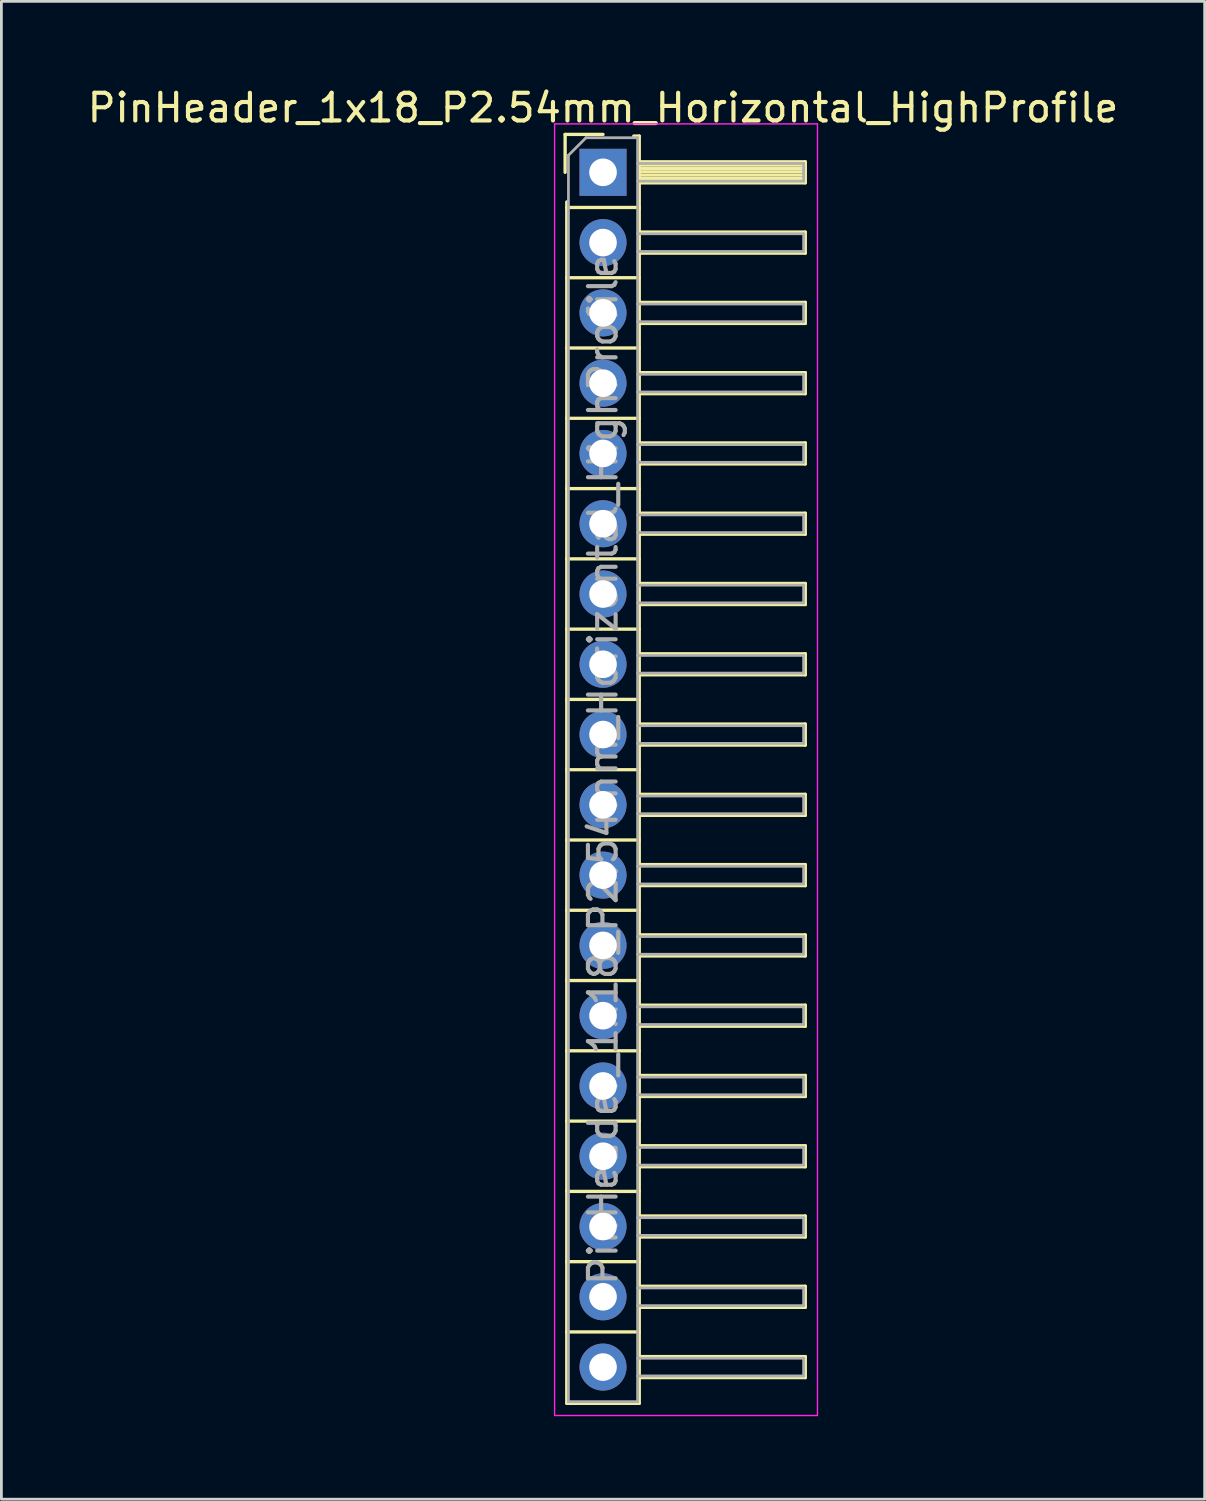
<source format=kicad_pcb>
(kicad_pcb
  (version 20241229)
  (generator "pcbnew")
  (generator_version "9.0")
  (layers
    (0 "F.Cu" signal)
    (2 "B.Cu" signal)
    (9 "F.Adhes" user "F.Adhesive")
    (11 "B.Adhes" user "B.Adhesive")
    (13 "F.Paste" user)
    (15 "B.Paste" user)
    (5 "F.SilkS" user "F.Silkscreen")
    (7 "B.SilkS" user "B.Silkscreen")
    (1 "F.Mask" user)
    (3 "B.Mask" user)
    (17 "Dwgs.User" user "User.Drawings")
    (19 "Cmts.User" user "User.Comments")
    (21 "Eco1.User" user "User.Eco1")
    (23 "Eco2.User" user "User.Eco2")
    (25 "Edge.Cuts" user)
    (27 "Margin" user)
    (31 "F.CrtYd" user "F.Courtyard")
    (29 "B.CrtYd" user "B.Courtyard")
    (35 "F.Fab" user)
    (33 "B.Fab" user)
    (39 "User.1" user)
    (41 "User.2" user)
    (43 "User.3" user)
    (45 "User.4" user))
  (footprint "PinHeader_1x18_P2.54mm_Horizontal_HighProfile"
    (layer "F.Cu")
    (at 18.744 3.178)
    (property "Reference" "PinHeader_1x18_P2.54mm_Horizontal_HighProfile" (at 0 -2.33 0) (layer "F.SilkS") (effects (font (size 1 1) (thickness 0.15))))
    (attr through_hole)
    (fp_line (start -1.37 -1.37) (end -1.37 0) (stroke (width 0.12) (type solid)) (layer "F.SilkS"))
    (fp_line (start -1.37 -1.37) (end 0 -1.37) (stroke (width 0.12) (type solid)) (layer "F.SilkS"))
    (fp_line (start -1.31 1.27) (end -1.31 1.07) (stroke (width 0.12) (type solid)) (layer "F.SilkS"))
    (fp_line (start -1.31 1.27) (end -1.31 3.81) (stroke (width 0.12) (type solid)) (layer "F.SilkS"))
    (fp_line (start -1.31 1.27) (end 1.31 1.27) (stroke (width 0.12) (type solid)) (layer "F.SilkS"))
    (fp_line (start -1.31 3.81) (end -1.31 6.35) (stroke (width 0.12) (type solid)) (layer "F.SilkS"))
    (fp_line (start -1.31 3.81) (end 1.31 3.81) (stroke (width 0.12) (type solid)) (layer "F.SilkS"))
    (fp_line (start -1.31 6.35) (end -1.31 8.89) (stroke (width 0.12) (type solid)) (layer "F.SilkS"))
    (fp_line (start -1.31 6.35) (end 1.31 6.35) (stroke (width 0.12) (type solid)) (layer "F.SilkS"))
    (fp_line (start -1.31 8.89) (end -1.31 11.43) (stroke (width 0.12) (type solid)) (layer "F.SilkS"))
    (fp_line (start -1.31 8.89) (end 1.31 8.89) (stroke (width 0.12) (type solid)) (layer "F.SilkS"))
    (fp_line (start -1.31 11.43) (end -1.31 13.97) (stroke (width 0.12) (type solid)) (layer "F.SilkS"))
    (fp_line (start -1.31 11.43) (end 1.31 11.43) (stroke (width 0.12) (type solid)) (layer "F.SilkS"))
    (fp_line (start -1.31 13.97) (end -1.31 16.51) (stroke (width 0.12) (type solid)) (layer "F.SilkS"))
    (fp_line (start -1.31 13.97) (end 1.31 13.97) (stroke (width 0.12) (type solid)) (layer "F.SilkS"))
    (fp_line (start -1.31 16.51) (end -1.31 19.05) (stroke (width 0.12) (type solid)) (layer "F.SilkS"))
    (fp_line (start -1.31 16.51) (end 1.31 16.51) (stroke (width 0.12) (type solid)) (layer "F.SilkS"))
    (fp_line (start -1.31 19.05) (end -1.31 21.59) (stroke (width 0.12) (type solid)) (layer "F.SilkS"))
    (fp_line (start -1.31 19.05) (end 1.31 19.05) (stroke (width 0.12) (type solid)) (layer "F.SilkS"))
    (fp_line (start -1.31 21.59) (end -1.31 24.13) (stroke (width 0.12) (type solid)) (layer "F.SilkS"))
    (fp_line (start -1.31 21.59) (end 1.31 21.59) (stroke (width 0.12) (type solid)) (layer "F.SilkS"))
    (fp_line (start -1.31 24.13) (end -1.31 26.67) (stroke (width 0.12) (type solid)) (layer "F.SilkS"))
    (fp_line (start -1.31 24.13) (end 1.31 24.13) (stroke (width 0.12) (type solid)) (layer "F.SilkS"))
    (fp_line (start -1.31 26.67) (end -1.31 29.21) (stroke (width 0.12) (type solid)) (layer "F.SilkS"))
    (fp_line (start -1.31 26.67) (end 1.31 26.67) (stroke (width 0.12) (type solid)) (layer "F.SilkS"))
    (fp_line (start -1.31 29.21) (end -1.31 31.75) (stroke (width 0.12) (type solid)) (layer "F.SilkS"))
    (fp_line (start -1.31 29.21) (end 1.31 29.21) (stroke (width 0.12) (type solid)) (layer "F.SilkS"))
    (fp_line (start -1.31 31.75) (end -1.31 34.29) (stroke (width 0.12) (type solid)) (layer "F.SilkS"))
    (fp_line (start -1.31 31.75) (end 1.31 31.75) (stroke (width 0.12) (type solid)) (layer "F.SilkS"))
    (fp_line (start -1.31 34.29) (end -1.31 36.83) (stroke (width 0.12) (type solid)) (layer "F.SilkS"))
    (fp_line (start -1.31 34.29) (end 1.31 34.29) (stroke (width 0.12) (type solid)) (layer "F.SilkS"))
    (fp_line (start -1.31 36.83) (end -1.31 39.37) (stroke (width 0.12) (type solid)) (layer "F.SilkS"))
    (fp_line (start -1.31 36.83) (end 1.31 36.83) (stroke (width 0.12) (type solid)) (layer "F.SilkS"))
    (fp_line (start -1.31 39.37) (end -1.31 41.91) (stroke (width 0.12) (type solid)) (layer "F.SilkS"))
    (fp_line (start -1.31 39.37) (end 1.31 39.37) (stroke (width 0.12) (type solid)) (layer "F.SilkS"))
    (fp_line (start -1.31 41.91) (end -1.31 44.49) (stroke (width 0.12) (type solid)) (layer "F.SilkS"))
    (fp_line (start -1.31 41.91) (end 1.31 41.91) (stroke (width 0.12) (type solid)) (layer "F.SilkS"))
    (fp_line (start -1.31 44.49) (end 1.31 44.49) (stroke (width 0.12) (type solid)) (layer "F.SilkS"))
    (fp_line (start 1.11 -1.31) (end 1.31 -1.31) (stroke (width 0.12) (type solid)) (layer "F.SilkS"))
    (fp_line (start 1.31 -1.31) (end 1.31 1.31) (stroke (width 0.12) (type solid)) (layer "F.SilkS"))
    (fp_line (start 1.31 -0.38) (end 7.31 -0.38) (stroke (width 0.12) (type solid)) (layer "F.SilkS"))
    (fp_line (start 1.31 -0.26) (end 7.31 -0.26) (stroke (width 0.12) (type solid)) (layer "F.SilkS"))
    (fp_line (start 1.31 -0.14) (end 7.31 -0.14) (stroke (width 0.12) (type solid)) (layer "F.SilkS"))
    (fp_line (start 1.31 -0.02) (end 7.31 -0.02) (stroke (width 0.12) (type solid)) (layer "F.SilkS"))
    (fp_line (start 1.31 0.1) (end 7.31 0.1) (stroke (width 0.12) (type solid)) (layer "F.SilkS"))
    (fp_line (start 1.31 0.22) (end 7.31 0.22) (stroke (width 0.12) (type solid)) (layer "F.SilkS"))
    (fp_line (start 1.31 0.34) (end 7.31 0.34) (stroke (width 0.12) (type solid)) (layer "F.SilkS"))
    (fp_line (start 1.31 0.38) (end 7.31 0.38) (stroke (width 0.12) (type solid)) (layer "F.SilkS"))
    (fp_line (start 1.31 1.27) (end 1.31 3.81) (stroke (width 0.12) (type solid)) (layer "F.SilkS"))
    (fp_line (start 1.31 2.16) (end 7.31 2.16) (stroke (width 0.12) (type solid)) (layer "F.SilkS"))
    (fp_line (start 1.31 2.92) (end 7.31 2.92) (stroke (width 0.12) (type solid)) (layer "F.SilkS"))
    (fp_line (start 1.31 3.81) (end 1.31 6.35) (stroke (width 0.12) (type solid)) (layer "F.SilkS"))
    (fp_line (start 1.31 4.7) (end 7.31 4.7) (stroke (width 0.12) (type solid)) (layer "F.SilkS"))
    (fp_line (start 1.31 5.46) (end 7.31 5.46) (stroke (width 0.12) (type solid)) (layer "F.SilkS"))
    (fp_line (start 1.31 6.35) (end 1.31 8.89) (stroke (width 0.12) (type solid)) (layer "F.SilkS"))
    (fp_line (start 1.31 7.24) (end 7.31 7.24) (stroke (width 0.12) (type solid)) (layer "F.SilkS"))
    (fp_line (start 1.31 8) (end 7.31 8) (stroke (width 0.12) (type solid)) (layer "F.SilkS"))
    (fp_line (start 1.31 8.89) (end 1.31 11.43) (stroke (width 0.12) (type solid)) (layer "F.SilkS"))
    (fp_line (start 1.31 9.78) (end 7.31 9.78) (stroke (width 0.12) (type solid)) (layer "F.SilkS"))
    (fp_line (start 1.31 10.54) (end 7.31 10.54) (stroke (width 0.12) (type solid)) (layer "F.SilkS"))
    (fp_line (start 1.31 11.43) (end 1.31 13.97) (stroke (width 0.12) (type solid)) (layer "F.SilkS"))
    (fp_line (start 1.31 12.32) (end 7.31 12.32) (stroke (width 0.12) (type solid)) (layer "F.SilkS"))
    (fp_line (start 1.31 13.08) (end 7.31 13.08) (stroke (width 0.12) (type solid)) (layer "F.SilkS"))
    (fp_line (start 1.31 13.97) (end 1.31 16.51) (stroke (width 0.12) (type solid)) (layer "F.SilkS"))
    (fp_line (start 1.31 14.86) (end 7.31 14.86) (stroke (width 0.12) (type solid)) (layer "F.SilkS"))
    (fp_line (start 1.31 15.62) (end 7.31 15.62) (stroke (width 0.12) (type solid)) (layer "F.SilkS"))
    (fp_line (start 1.31 16.51) (end 1.31 19.05) (stroke (width 0.12) (type solid)) (layer "F.SilkS"))
    (fp_line (start 1.31 17.4) (end 7.31 17.4) (stroke (width 0.12) (type solid)) (layer "F.SilkS"))
    (fp_line (start 1.31 18.16) (end 7.31 18.16) (stroke (width 0.12) (type solid)) (layer "F.SilkS"))
    (fp_line (start 1.31 19.05) (end 1.31 21.59) (stroke (width 0.12) (type solid)) (layer "F.SilkS"))
    (fp_line (start 1.31 19.94) (end 7.31 19.94) (stroke (width 0.12) (type solid)) (layer "F.SilkS"))
    (fp_line (start 1.31 20.7) (end 7.31 20.7) (stroke (width 0.12) (type solid)) (layer "F.SilkS"))
    (fp_line (start 1.31 21.59) (end 1.31 24.13) (stroke (width 0.12) (type solid)) (layer "F.SilkS"))
    (fp_line (start 1.31 22.48) (end 7.31 22.48) (stroke (width 0.12) (type solid)) (layer "F.SilkS"))
    (fp_line (start 1.31 23.24) (end 7.31 23.24) (stroke (width 0.12) (type solid)) (layer "F.SilkS"))
    (fp_line (start 1.31 24.13) (end 1.31 26.67) (stroke (width 0.12) (type solid)) (layer "F.SilkS"))
    (fp_line (start 1.31 25.02) (end 7.31 25.02) (stroke (width 0.12) (type solid)) (layer "F.SilkS"))
    (fp_line (start 1.31 25.78) (end 7.31 25.78) (stroke (width 0.12) (type solid)) (layer "F.SilkS"))
    (fp_line (start 1.31 26.67) (end 1.31 29.21) (stroke (width 0.12) (type solid)) (layer "F.SilkS"))
    (fp_line (start 1.31 27.56) (end 7.31 27.56) (stroke (width 0.12) (type solid)) (layer "F.SilkS"))
    (fp_line (start 1.31 28.32) (end 7.31 28.32) (stroke (width 0.12) (type solid)) (layer "F.SilkS"))
    (fp_line (start 1.31 29.21) (end 1.31 31.75) (stroke (width 0.12) (type solid)) (layer "F.SilkS"))
    (fp_line (start 1.31 30.1) (end 7.31 30.1) (stroke (width 0.12) (type solid)) (layer "F.SilkS"))
    (fp_line (start 1.31 30.86) (end 7.31 30.86) (stroke (width 0.12) (type solid)) (layer "F.SilkS"))
    (fp_line (start 1.31 31.75) (end 1.31 34.29) (stroke (width 0.12) (type solid)) (layer "F.SilkS"))
    (fp_line (start 1.31 32.64) (end 7.31 32.64) (stroke (width 0.12) (type solid)) (layer "F.SilkS"))
    (fp_line (start 1.31 33.4) (end 7.31 33.4) (stroke (width 0.12) (type solid)) (layer "F.SilkS"))
    (fp_line (start 1.31 34.29) (end 1.31 36.83) (stroke (width 0.12) (type solid)) (layer "F.SilkS"))
    (fp_line (start 1.31 35.18) (end 7.31 35.18) (stroke (width 0.12) (type solid)) (layer "F.SilkS"))
    (fp_line (start 1.31 35.94) (end 7.31 35.94) (stroke (width 0.12) (type solid)) (layer "F.SilkS"))
    (fp_line (start 1.31 36.83) (end 1.31 39.37) (stroke (width 0.12) (type solid)) (layer "F.SilkS"))
    (fp_line (start 1.31 37.72) (end 7.31 37.72) (stroke (width 0.12) (type solid)) (layer "F.SilkS"))
    (fp_line (start 1.31 38.48) (end 7.31 38.48) (stroke (width 0.12) (type solid)) (layer "F.SilkS"))
    (fp_line (start 1.31 39.37) (end 1.31 41.91) (stroke (width 0.12) (type solid)) (layer "F.SilkS"))
    (fp_line (start 1.31 40.26) (end 7.31 40.26) (stroke (width 0.12) (type solid)) (layer "F.SilkS"))
    (fp_line (start 1.31 41.02) (end 7.31 41.02) (stroke (width 0.12) (type solid)) (layer "F.SilkS"))
    (fp_line (start 1.31 41.91) (end 1.31 44.49) (stroke (width 0.12) (type solid)) (layer "F.SilkS"))
    (fp_line (start 1.31 42.8) (end 7.31 42.8) (stroke (width 0.12) (type solid)) (layer "F.SilkS"))
    (fp_line (start 1.31 43.56) (end 7.31 43.56) (stroke (width 0.12) (type solid)) (layer "F.SilkS"))
    (fp_line (start 7.31 -0.38) (end 7.31 0.38) (stroke (width 0.12) (type solid)) (layer "F.SilkS"))
    (fp_line (start 7.31 2.16) (end 7.31 2.92) (stroke (width 0.12) (type solid)) (layer "F.SilkS"))
    (fp_line (start 7.31 4.7) (end 7.31 5.46) (stroke (width 0.12) (type solid)) (layer "F.SilkS"))
    (fp_line (start 7.31 7.24) (end 7.31 8) (stroke (width 0.12) (type solid)) (layer "F.SilkS"))
    (fp_line (start 7.31 9.78) (end 7.31 10.54) (stroke (width 0.12) (type solid)) (layer "F.SilkS"))
    (fp_line (start 7.31 12.32) (end 7.31 13.08) (stroke (width 0.12) (type solid)) (layer "F.SilkS"))
    (fp_line (start 7.31 14.86) (end 7.31 15.62) (stroke (width 0.12) (type solid)) (layer "F.SilkS"))
    (fp_line (start 7.31 17.4) (end 7.31 18.16) (stroke (width 0.12) (type solid)) (layer "F.SilkS"))
    (fp_line (start 7.31 19.94) (end 7.31 20.7) (stroke (width 0.12) (type solid)) (layer "F.SilkS"))
    (fp_line (start 7.31 22.48) (end 7.31 23.24) (stroke (width 0.12) (type solid)) (layer "F.SilkS"))
    (fp_line (start 7.31 25.02) (end 7.31 25.78) (stroke (width 0.12) (type solid)) (layer "F.SilkS"))
    (fp_line (start 7.31 27.56) (end 7.31 28.32) (stroke (width 0.12) (type solid)) (layer "F.SilkS"))
    (fp_line (start 7.31 30.1) (end 7.31 30.86) (stroke (width 0.12) (type solid)) (layer "F.SilkS"))
    (fp_line (start 7.31 32.64) (end 7.31 33.4) (stroke (width 0.12) (type solid)) (layer "F.SilkS"))
    (fp_line (start 7.31 35.18) (end 7.31 35.94) (stroke (width 0.12) (type solid)) (layer "F.SilkS"))
    (fp_line (start 7.31 37.72) (end 7.31 38.48) (stroke (width 0.12) (type solid)) (layer "F.SilkS"))
    (fp_line (start 7.31 40.26) (end 7.31 41.02) (stroke (width 0.12) (type solid)) (layer "F.SilkS"))
    (fp_line (start 7.31 42.8) (end 7.31 43.56) (stroke (width 0.12) (type solid)) (layer "F.SilkS"))
    (fp_line (start -1.75 -1.75) (end -1.75 44.93) (stroke (width 0.05) (type solid)) (layer "F.CrtYd"))
    (fp_line (start -1.75 -1.75) (end 7.75 -1.75) (stroke (width 0.05) (type solid)) (layer "F.CrtYd"))
    (fp_line (start -1.75 44.93) (end 7.75 44.93) (stroke (width 0.05) (type solid)) (layer "F.CrtYd"))
    (fp_line (start 7.75 -1.75) (end 7.75 44.93) (stroke (width 0.05) (type solid)) (layer "F.CrtYd"))
    (fp_line (start -1.25 -0.615) (end -1.25 44.43) (stroke (width 0.1) (type solid)) (layer "F.Fab"))
    (fp_line (start -1.25 -0.615) (end -0.615 -1.25) (stroke (width 0.1) (type solid)) (layer "F.Fab"))
    (fp_line (start -1.25 44.43) (end 1.25 44.43) (stroke (width 0.1) (type solid)) (layer "F.Fab"))
    (fp_line (start -0.615 -1.25) (end 1.25 -1.25) (stroke (width 0.1) (type solid)) (layer "F.Fab"))
    (fp_line (start 1.25 -1.25) (end 1.25 44.43) (stroke (width 0.1) (type solid)) (layer "F.Fab"))
    (fp_line (start 1.25 -0.32) (end 7.25 -0.32) (stroke (width 0.1) (type solid)) (layer "F.Fab"))
    (fp_line (start 1.25 0.32) (end 7.25 0.32) (stroke (width 0.1) (type solid)) (layer "F.Fab"))
    (fp_line (start 1.25 2.22) (end 7.25 2.22) (stroke (width 0.1) (type solid)) (layer "F.Fab"))
    (fp_line (start 1.25 2.86) (end 7.25 2.86) (stroke (width 0.1) (type solid)) (layer "F.Fab"))
    (fp_line (start 1.25 4.76) (end 7.25 4.76) (stroke (width 0.1) (type solid)) (layer "F.Fab"))
    (fp_line (start 1.25 5.4) (end 7.25 5.4) (stroke (width 0.1) (type solid)) (layer "F.Fab"))
    (fp_line (start 1.25 7.3) (end 7.25 7.3) (stroke (width 0.1) (type solid)) (layer "F.Fab"))
    (fp_line (start 1.25 7.94) (end 7.25 7.94) (stroke (width 0.1) (type solid)) (layer "F.Fab"))
    (fp_line (start 1.25 9.84) (end 7.25 9.84) (stroke (width 0.1) (type solid)) (layer "F.Fab"))
    (fp_line (start 1.25 10.48) (end 7.25 10.48) (stroke (width 0.1) (type solid)) (layer "F.Fab"))
    (fp_line (start 1.25 12.38) (end 7.25 12.38) (stroke (width 0.1) (type solid)) (layer "F.Fab"))
    (fp_line (start 1.25 13.02) (end 7.25 13.02) (stroke (width 0.1) (type solid)) (layer "F.Fab"))
    (fp_line (start 1.25 14.92) (end 7.25 14.92) (stroke (width 0.1) (type solid)) (layer "F.Fab"))
    (fp_line (start 1.25 15.56) (end 7.25 15.56) (stroke (width 0.1) (type solid)) (layer "F.Fab"))
    (fp_line (start 1.25 17.46) (end 7.25 17.46) (stroke (width 0.1) (type solid)) (layer "F.Fab"))
    (fp_line (start 1.25 18.1) (end 7.25 18.1) (stroke (width 0.1) (type solid)) (layer "F.Fab"))
    (fp_line (start 1.25 20) (end 7.25 20) (stroke (width 0.1) (type solid)) (layer "F.Fab"))
    (fp_line (start 1.25 20.64) (end 7.25 20.64) (stroke (width 0.1) (type solid)) (layer "F.Fab"))
    (fp_line (start 1.25 22.54) (end 7.25 22.54) (stroke (width 0.1) (type solid)) (layer "F.Fab"))
    (fp_line (start 1.25 23.18) (end 7.25 23.18) (stroke (width 0.1) (type solid)) (layer "F.Fab"))
    (fp_line (start 1.25 25.08) (end 7.25 25.08) (stroke (width 0.1) (type solid)) (layer "F.Fab"))
    (fp_line (start 1.25 25.72) (end 7.25 25.72) (stroke (width 0.1) (type solid)) (layer "F.Fab"))
    (fp_line (start 1.25 27.62) (end 7.25 27.62) (stroke (width 0.1) (type solid)) (layer "F.Fab"))
    (fp_line (start 1.25 28.26) (end 7.25 28.26) (stroke (width 0.1) (type solid)) (layer "F.Fab"))
    (fp_line (start 1.25 30.16) (end 7.25 30.16) (stroke (width 0.1) (type solid)) (layer "F.Fab"))
    (fp_line (start 1.25 30.8) (end 7.25 30.8) (stroke (width 0.1) (type solid)) (layer "F.Fab"))
    (fp_line (start 1.25 32.7) (end 7.25 32.7) (stroke (width 0.1) (type solid)) (layer "F.Fab"))
    (fp_line (start 1.25 33.34) (end 7.25 33.34) (stroke (width 0.1) (type solid)) (layer "F.Fab"))
    (fp_line (start 1.25 35.24) (end 7.25 35.24) (stroke (width 0.1) (type solid)) (layer "F.Fab"))
    (fp_line (start 1.25 35.88) (end 7.25 35.88) (stroke (width 0.1) (type solid)) (layer "F.Fab"))
    (fp_line (start 1.25 37.78) (end 7.25 37.78) (stroke (width 0.1) (type solid)) (layer "F.Fab"))
    (fp_line (start 1.25 38.42) (end 7.25 38.42) (stroke (width 0.1) (type solid)) (layer "F.Fab"))
    (fp_line (start 1.25 40.32) (end 7.25 40.32) (stroke (width 0.1) (type solid)) (layer "F.Fab"))
    (fp_line (start 1.25 40.96) (end 7.25 40.96) (stroke (width 0.1) (type solid)) (layer "F.Fab"))
    (fp_line (start 1.25 42.86) (end 7.25 42.86) (stroke (width 0.1) (type solid)) (layer "F.Fab"))
    (fp_line (start 1.25 43.5) (end 7.25 43.5) (stroke (width 0.1) (type solid)) (layer "F.Fab"))
    (fp_line (start 7.25 -0.32) (end 7.25 0.32) (stroke (width 0.1) (type solid)) (layer "F.Fab"))
    (fp_line (start 7.25 2.22) (end 7.25 2.86) (stroke (width 0.1) (type solid)) (layer "F.Fab"))
    (fp_line (start 7.25 4.76) (end 7.25 5.4) (stroke (width 0.1) (type solid)) (layer "F.Fab"))
    (fp_line (start 7.25 7.3) (end 7.25 7.94) (stroke (width 0.1) (type solid)) (layer "F.Fab"))
    (fp_line (start 7.25 9.84) (end 7.25 10.48) (stroke (width 0.1) (type solid)) (layer "F.Fab"))
    (fp_line (start 7.25 12.38) (end 7.25 13.02) (stroke (width 0.1) (type solid)) (layer "F.Fab"))
    (fp_line (start 7.25 14.92) (end 7.25 15.56) (stroke (width 0.1) (type solid)) (layer "F.Fab"))
    (fp_line (start 7.25 17.46) (end 7.25 18.1) (stroke (width 0.1) (type solid)) (layer "F.Fab"))
    (fp_line (start 7.25 20) (end 7.25 20.64) (stroke (width 0.1) (type solid)) (layer "F.Fab"))
    (fp_line (start 7.25 22.54) (end 7.25 23.18) (stroke (width 0.1) (type solid)) (layer "F.Fab"))
    (fp_line (start 7.25 25.08) (end 7.25 25.72) (stroke (width 0.1) (type solid)) (layer "F.Fab"))
    (fp_line (start 7.25 27.62) (end 7.25 28.26) (stroke (width 0.1) (type solid)) (layer "F.Fab"))
    (fp_line (start 7.25 30.16) (end 7.25 30.8) (stroke (width 0.1) (type solid)) (layer "F.Fab"))
    (fp_line (start 7.25 32.7) (end 7.25 33.34) (stroke (width 0.1) (type solid)) (layer "F.Fab"))
    (fp_line (start 7.25 35.24) (end 7.25 35.88) (stroke (width 0.1) (type solid)) (layer "F.Fab"))
    (fp_line (start 7.25 37.78) (end 7.25 38.42) (stroke (width 0.1) (type solid)) (layer "F.Fab"))
    (fp_line (start 7.25 40.32) (end 7.25 40.96) (stroke (width 0.1) (type solid)) (layer "F.Fab"))
    (fp_line (start 7.25 42.86) (end 7.25 43.5) (stroke (width 0.1) (type solid)) (layer "F.Fab"))
    (fp_text user "${REFERENCE}" (at 0 21.59 90) (layer "F.Fab") (effects (font (size 1 1) (thickness 0.15))))
    (pad "1" thru_hole rect (at 0 0) (size 1.7 1.7) (drill 1) (layers "*.Cu" "*.Mask"))
    (pad "2" thru_hole oval (at 0 2.54) (size 1.7 1.7) (drill 1) (layers "*.Cu" "*.Mask"))
    (pad "3" thru_hole oval (at 0 5.08) (size 1.7 1.7) (drill 1) (layers "*.Cu" "*.Mask"))
    (pad "4" thru_hole oval (at 0 7.62) (size 1.7 1.7) (drill 1) (layers "*.Cu" "*.Mask"))
    (pad "5" thru_hole oval (at 0 10.16) (size 1.7 1.7) (drill 1) (layers "*.Cu" "*.Mask"))
    (pad "6" thru_hole oval (at 0 12.7) (size 1.7 1.7) (drill 1) (layers "*.Cu" "*.Mask"))
    (pad "7" thru_hole oval (at 0 15.24) (size 1.7 1.7) (drill 1) (layers "*.Cu" "*.Mask"))
    (pad "8" thru_hole oval (at 0 17.78) (size 1.7 1.7) (drill 1) (layers "*.Cu" "*.Mask"))
    (pad "9" thru_hole oval (at 0 20.32) (size 1.7 1.7) (drill 1) (layers "*.Cu" "*.Mask"))
    (pad "10" thru_hole oval (at 0 22.86) (size 1.7 1.7) (drill 1) (layers "*.Cu" "*.Mask"))
    (pad "11" thru_hole oval (at 0 25.4) (size 1.7 1.7) (drill 1) (layers "*.Cu" "*.Mask"))
    (pad "12" thru_hole oval (at 0 27.94) (size 1.7 1.7) (drill 1) (layers "*.Cu" "*.Mask"))
    (pad "13" thru_hole oval (at 0 30.48) (size 1.7 1.7) (drill 1) (layers "*.Cu" "*.Mask"))
    (pad "14" thru_hole oval (at 0 33.02) (size 1.7 1.7) (drill 1) (layers "*.Cu" "*.Mask"))
    (pad "15" thru_hole oval (at 0 35.56) (size 1.7 1.7) (drill 1) (layers "*.Cu" "*.Mask"))
    (pad "16" thru_hole oval (at 0 38.1) (size 1.7 1.7) (drill 1) (layers "*.Cu" "*.Mask"))
    (pad "17" thru_hole oval (at 0 40.64) (size 1.7 1.7) (drill 1) (layers "*.Cu" "*.Mask"))
    (pad "18" thru_hole oval (at 0 43.18) (size 1.7 1.7) (drill 1) (layers "*.Cu" "*.Mask")))
  (gr_rect
    (start -3 -3)
    (end 40.488 51.133)
    (stroke (width 0.1) (type default))
    (fill no)
    (layer "Edge.Cuts")))
</source>
